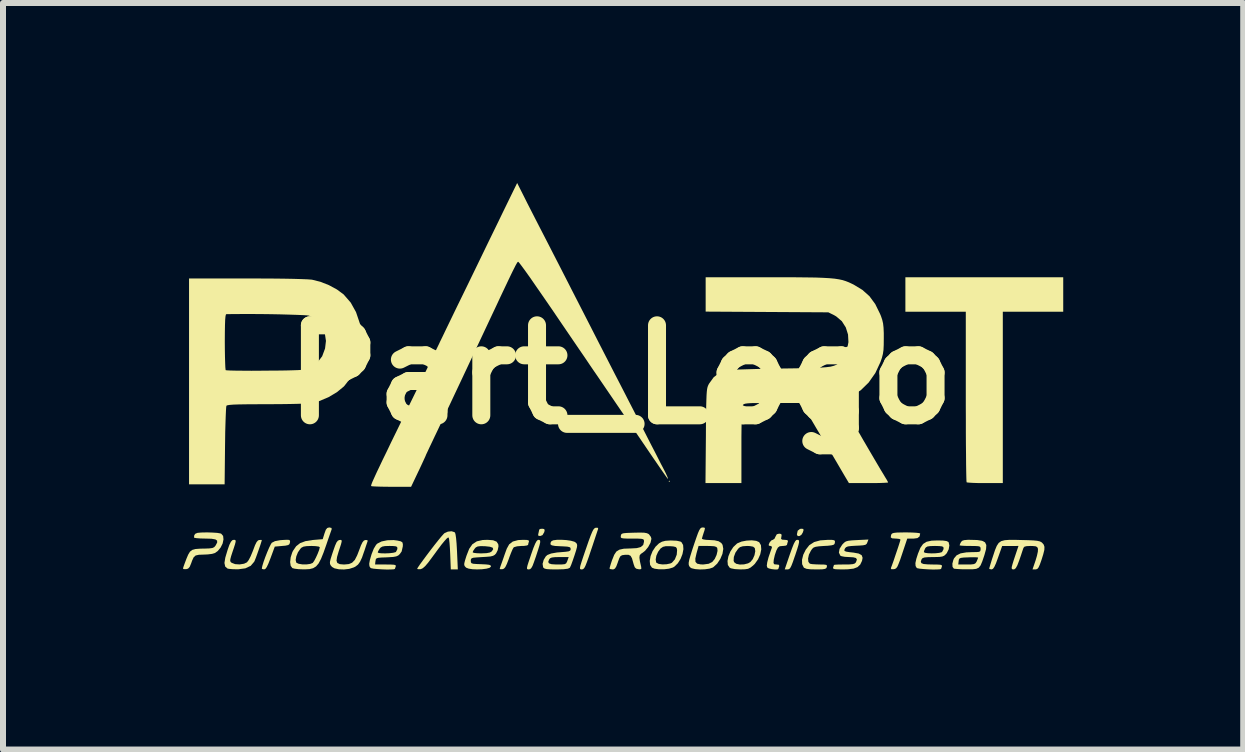
<source format=kicad_pcb>
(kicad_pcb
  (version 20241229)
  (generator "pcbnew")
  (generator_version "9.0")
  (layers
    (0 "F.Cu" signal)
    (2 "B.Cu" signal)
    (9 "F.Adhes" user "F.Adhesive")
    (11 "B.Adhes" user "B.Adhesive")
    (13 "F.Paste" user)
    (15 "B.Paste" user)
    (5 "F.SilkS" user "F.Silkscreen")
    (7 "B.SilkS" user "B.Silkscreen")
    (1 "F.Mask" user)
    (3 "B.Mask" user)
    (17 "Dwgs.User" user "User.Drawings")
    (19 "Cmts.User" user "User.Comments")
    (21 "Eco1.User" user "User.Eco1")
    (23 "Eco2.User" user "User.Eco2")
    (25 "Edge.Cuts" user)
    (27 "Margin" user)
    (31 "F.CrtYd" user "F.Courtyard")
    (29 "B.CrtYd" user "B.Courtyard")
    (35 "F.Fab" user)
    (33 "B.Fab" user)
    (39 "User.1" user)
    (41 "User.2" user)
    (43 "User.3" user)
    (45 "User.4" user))
  (footprint "Part_Logo"
    (layer "F.Cu")
    (at 7.294 3.194)
    (property "Reference" "Part_Logo" (at 0 0 0) (layer "F.SilkS") (effects (font (size 1.5 1.5) (thickness 0.3))))
    (attr board_only exclude_from_pos_files exclude_from_bom)
    (fp_poly (pts (xy 0.822 1.778) (xy 0.812 1.788) (xy 0.801 1.778) (xy 0.812 1.767)) (stroke (width 0) (type solid)) (fill yes) (layer "F.SilkS"))
    (fp_poly (pts (xy 3.044 2.572) (xy 3.05 2.591) (xy 3.038 2.63) (xy 3.014 2.67) (xy 2.981 2.691) (xy 2.952 2.691) (xy 2.939 2.665) (xy 2.939 2.663) (xy 2.952 2.602) (xy 2.99 2.572) (xy 3.012 2.569)) (stroke (width 0) (type solid)) (fill yes) (layer "F.SilkS"))
    (fp_poly (pts (xy -1.273 2.574) (xy -1.266 2.596) (xy -1.272 2.625) (xy -1.301 2.675) (xy -1.335 2.689) (xy -1.369 2.688) (xy -1.374 2.665) (xy -1.37 2.648) (xy -1.36 2.604) (xy -1.357 2.584) (xy -1.339 2.572) (xy -1.307 2.569)) (stroke (width 0) (type solid)) (fill yes) (layer "F.SilkS"))
    (fp_poly (pts (xy 2.963 2.756) (xy 2.974 2.767) (xy 2.975 2.793) (xy 2.965 2.839) (xy 2.943 2.912) (xy 2.908 3.018) (xy 2.905 3.025) (xy 2.872 3.122) (xy 2.847 3.186) (xy 2.827 3.224) (xy 2.808 3.242) (xy 2.786 3.247) (xy 2.784 3.247) (xy 2.736 3.247) (xy 2.82 3) (xy 2.858 2.894) (xy 2.887 2.821) (xy 2.91 2.778) (xy 2.929 2.757) (xy 2.942 2.754)) (stroke (width 0) (type solid)) (fill yes) (layer "F.SilkS"))
    (fp_poly (pts (xy -1.352 2.756) (xy -1.341 2.768) (xy -1.34 2.795) (xy -1.351 2.843) (xy -1.374 2.918) (xy -1.409 3.025) (xy -1.409 3.026) (xy -1.443 3.123) (xy -1.467 3.187) (xy -1.488 3.224) (xy -1.507 3.242) (xy -1.528 3.247) (xy -1.53 3.247) (xy -1.548 3.246) (xy -1.559 3.238) (xy -1.56 3.218) (xy -1.551 3.178) (xy -1.53 3.113) (xy -1.497 3.016) (xy -1.492 3) (xy -1.454 2.892) (xy -1.424 2.819) (xy -1.4 2.775) (xy -1.38 2.756) (xy -1.372 2.754)) (stroke (width 0) (type solid)) (fill yes) (layer "F.SilkS"))
    (fp_poly (pts (xy -5.527 2.755) (xy -5.511 2.766) (xy -5.509 2.787) (xy -5.511 2.797) (xy -5.519 2.825) (xy -5.54 2.841) (xy -5.585 2.851) (xy -5.641 2.856) (xy -5.764 2.867) (xy -5.834 3.057) (xy -5.87 3.149) (xy -5.898 3.208) (xy -5.921 3.239) (xy -5.942 3.247) (xy -5.974 3.24) (xy -5.98 3.232) (xy -5.972 3.191) (xy -5.952 3.125) (xy -5.924 3.046) (xy -5.891 2.962) (xy -5.859 2.887) (xy -5.831 2.83) (xy -5.814 2.803) (xy -5.761 2.776) (xy -5.675 2.76) (xy -5.638 2.757) (xy -5.566 2.753)) (stroke (width 0) (type solid)) (fill yes) (layer "F.SilkS"))
    (fp_poly (pts (xy -0.377 2.554) (xy -0.374 2.572) (xy -0.384 2.6) (xy -0.404 2.66) (xy -0.432 2.744) (xy -0.466 2.847) (xy -0.492 2.923) (xy -0.532 3.043) (xy -0.563 3.129) (xy -0.586 3.187) (xy -0.605 3.223) (xy -0.622 3.24) (xy -0.64 3.247) (xy -0.648 3.247) (xy -0.664 3.246) (xy -0.675 3.239) (xy -0.677 3.221) (xy -0.671 3.187) (xy -0.654 3.131) (xy -0.627 3.049) (xy -0.588 2.934) (xy -0.577 2.903) (xy -0.534 2.778) (xy -0.5 2.686) (xy -0.474 2.623) (xy -0.454 2.584) (xy -0.435 2.562) (xy -0.417 2.553) (xy -0.412 2.552)) (stroke (width 0) (type solid)) (fill yes) (layer "F.SilkS"))
    (fp_poly (pts (xy 7.378 -1.336) (xy 7.378 -1.048) (xy 6.874 -1.048) (xy 6.371 -1.048) (xy 6.371 0.38) (xy 6.371 1.808) (xy 6.076 1.808) (xy 5.97 1.808) (xy 5.879 1.805) (xy 5.81 1.801) (xy 5.773 1.797) (xy 5.768 1.795) (xy 5.765 1.772) (xy 5.763 1.712) (xy 5.761 1.618) (xy 5.759 1.492) (xy 5.758 1.339) (xy 5.756 1.162) (xy 5.755 0.963) (xy 5.755 0.747) (xy 5.754 0.517) (xy 5.754 0.366) (xy 5.754 -1.048) (xy 5.251 -1.048) (xy 4.747 -1.048) (xy 4.747 -1.336) (xy 4.747 -1.623) (xy 6.062 -1.623) (xy 7.378 -1.623)) (stroke (width 0) (type solid)) (fill yes) (layer "F.SilkS"))
    (fp_poly (pts (xy -1.56 2.756) (xy -1.531 2.764) (xy -1.527 2.78) (xy -1.529 2.786) (xy -1.54 2.825) (xy -1.541 2.838) (xy -1.56 2.848) (xy -1.608 2.855) (xy -1.652 2.856) (xy -1.726 2.862) (xy -1.775 2.876) (xy -1.785 2.884) (xy -1.802 2.915) (xy -1.827 2.974) (xy -1.856 3.05) (xy -1.864 3.074) (xy -1.896 3.157) (xy -1.921 3.208) (xy -1.944 3.234) (xy -1.968 3.243) (xy -2.004 3.244) (xy -2.014 3.239) (xy -2.012 3.228) (xy -2.004 3.202) (xy -1.988 3.157) (xy -1.963 3.087) (xy -1.928 2.986) (xy -1.897 2.901) (xy -1.857 2.829) (xy -1.796 2.782) (xy -1.707 2.758) (xy -1.622 2.754)) (stroke (width 0) (type solid)) (fill yes) (layer "F.SilkS"))
    (fp_poly (pts (xy 4.852 2.632) (xy 4.927 2.636) (xy 4.977 2.642) (xy 4.994 2.649) (xy 4.983 2.698) (xy 4.948 2.725) (xy 4.881 2.734) (xy 4.873 2.734) (xy 4.778 2.734) (xy 4.694 2.985) (xy 4.659 3.089) (xy 4.632 3.159) (xy 4.612 3.204) (xy 4.593 3.228) (xy 4.572 3.24) (xy 4.552 3.243) (xy 4.513 3.244) (xy 4.505 3.229) (xy 4.51 3.213) (xy 4.527 3.168) (xy 4.551 3.101) (xy 4.578 3.02) (xy 4.607 2.935) (xy 4.633 2.857) (xy 4.653 2.794) (xy 4.664 2.756) (xy 4.665 2.75) (xy 4.647 2.739) (xy 4.601 2.734) (xy 4.583 2.733) (xy 4.526 2.729) (xy 4.503 2.713) (xy 4.508 2.677) (xy 4.513 2.663) (xy 4.525 2.649) (xy 4.552 2.639) (xy 4.602 2.633) (xy 4.68 2.631) (xy 4.76 2.63)) (stroke (width 0) (type solid)) (fill yes) (layer "F.SilkS"))
    (fp_poly (pts (xy -2.769 2.626) (xy -2.759 2.636) (xy -2.751 2.664) (xy -2.742 2.726) (xy -2.734 2.813) (xy -2.728 2.916) (xy -2.726 2.954) (xy -2.713 3.247) (xy -2.772 3.247) (xy -2.83 3.247) (xy -2.84 2.99) (xy -2.845 2.891) (xy -2.851 2.807) (xy -2.858 2.746) (xy -2.865 2.718) (xy -2.865 2.717) (xy -2.878 2.717) (xy -2.9 2.734) (xy -2.935 2.773) (xy -2.986 2.835) (xy -3.054 2.926) (xy -3.142 3.046) (xy -3.208 3.135) (xy -3.258 3.193) (xy -3.297 3.227) (xy -3.329 3.242) (xy -3.336 3.243) (xy -3.376 3.244) (xy -3.391 3.238) (xy -3.379 3.215) (xy -3.346 3.166) (xy -3.297 3.099) (xy -3.238 3.019) (xy -3.173 2.933) (xy -3.107 2.847) (xy -3.045 2.769) (xy -2.992 2.704) (xy -2.953 2.66) (xy -2.936 2.643) (xy -2.878 2.617) (xy -2.817 2.611)) (stroke (width 0) (type solid)) (fill yes) (layer "F.SilkS"))
    (fp_poly (pts (xy 3.526 2.755) (xy 3.561 2.761) (xy 3.573 2.776) (xy 3.572 2.8) (xy 3.566 2.823) (xy 3.549 2.837) (xy 3.513 2.846) (xy 3.451 2.853) (xy 3.391 2.856) (xy 3.306 2.862) (xy 3.252 2.87) (xy 3.218 2.882) (xy 3.193 2.905) (xy 3.171 2.937) (xy 3.139 3.001) (xy 3.125 3.067) (xy 3.13 3.121) (xy 3.155 3.152) (xy 3.156 3.152) (xy 3.193 3.159) (xy 3.256 3.163) (xy 3.319 3.165) (xy 3.389 3.166) (xy 3.427 3.171) (xy 3.44 3.183) (xy 3.438 3.205) (xy 3.438 3.206) (xy 3.429 3.226) (xy 3.408 3.238) (xy 3.367 3.245) (xy 3.298 3.247) (xy 3.256 3.247) (xy 3.161 3.245) (xy 3.099 3.237) (xy 3.062 3.222) (xy 3.053 3.215) (xy 3.026 3.16) (xy 3.024 3.086) (xy 3.045 3.002) (xy 3.086 2.919) (xy 3.144 2.845) (xy 3.149 2.841) (xy 3.226 2.791) (xy 3.328 2.763) (xy 3.459 2.754)) (stroke (width 0) (type solid)) (fill yes) (layer "F.SilkS"))
    (fp_poly (pts (xy -4.65 2.762) (xy -4.649 2.784) (xy -4.66 2.828) (xy -4.684 2.902) (xy -4.698 2.944) (xy -4.726 3.039) (xy -4.735 3.102) (xy -4.721 3.14) (xy -4.682 3.159) (xy -4.616 3.165) (xy -4.603 3.165) (xy -4.53 3.158) (xy -4.475 3.135) (xy -4.43 3.089) (xy -4.391 3.013) (xy -4.358 2.928) (xy -4.327 2.845) (xy -4.301 2.793) (xy -4.278 2.766) (xy -4.254 2.757) (xy -4.219 2.759) (xy -4.217 2.778) (xy -4.228 2.81) (xy -4.248 2.869) (xy -4.272 2.942) (xy -4.275 2.949) (xy -4.31 3.05) (xy -4.343 3.12) (xy -4.377 3.167) (xy -4.42 3.2) (xy -4.448 3.214) (xy -4.523 3.238) (xy -4.61 3.248) (xy -4.696 3.245) (xy -4.769 3.229) (xy -4.809 3.206) (xy -4.831 3.181) (xy -4.843 3.157) (xy -4.845 3.125) (xy -4.834 3.076) (xy -4.811 3.002) (xy -4.79 2.939) (xy -4.759 2.851) (xy -4.735 2.797) (xy -4.712 2.768) (xy -4.688 2.757) (xy -4.663 2.755)) (stroke (width 0) (type solid)) (fill yes) (layer "F.SilkS"))
    (fp_poly (pts (xy -6.429 2.755) (xy -6.417 2.763) (xy -6.416 2.785) (xy -6.427 2.829) (xy -6.45 2.9) (xy -6.466 2.947) (xy -6.492 3.027) (xy -6.505 3.077) (xy -6.507 3.107) (xy -6.497 3.125) (xy -6.482 3.137) (xy -6.425 3.159) (xy -6.35 3.164) (xy -6.276 3.152) (xy -6.228 3.129) (xy -6.2 3.093) (xy -6.167 3.03) (xy -6.134 2.951) (xy -6.125 2.928) (xy -6.093 2.843) (xy -6.067 2.791) (xy -6.043 2.764) (xy -6.024 2.757) (xy -5.989 2.755) (xy -5.98 2.759) (xy -5.987 2.785) (xy -6.004 2.839) (xy -6.028 2.909) (xy -6.054 2.983) (xy -6.079 3.052) (xy -6.099 3.102) (xy -6.107 3.119) (xy -6.165 3.187) (xy -6.254 3.229) (xy -6.373 3.245) (xy -6.394 3.245) (xy -6.466 3.243) (xy -6.524 3.238) (xy -6.551 3.233) (xy -6.59 3.2) (xy -6.603 3.14) (xy -6.589 3.052) (xy -6.585 3.038) (xy -6.55 2.921) (xy -6.521 2.838) (xy -6.495 2.786) (xy -6.471 2.76) (xy -6.451 2.754)) (stroke (width 0) (type solid)) (fill yes) (layer "F.SilkS"))
    (fp_poly (pts (xy 2.261 2.771) (xy 2.309 2.792) (xy 2.339 2.842) (xy 2.345 2.913) (xy 2.328 2.996) (xy 2.291 3.079) (xy 2.237 3.155) (xy 2.209 3.182) (xy 2.165 3.217) (xy 2.125 3.237) (xy 2.072 3.245) (xy 1.997 3.247) (xy 1.905 3.242) (xy 1.84 3.229) (xy 1.818 3.218) (xy 1.788 3.173) (xy 1.782 3.106) (xy 1.783 3.102) (xy 1.884 3.102) (xy 1.892 3.126) (xy 1.927 3.153) (xy 1.987 3.166) (xy 2.058 3.163) (xy 2.125 3.146) (xy 2.163 3.124) (xy 2.203 3.076) (xy 2.232 3.01) (xy 2.245 2.943) (xy 2.237 2.891) (xy 2.236 2.89) (xy 2.209 2.868) (xy 2.155 2.858) (xy 2.109 2.856) (xy 2.037 2.861) (xy 1.99 2.876) (xy 1.959 2.903) (xy 1.914 2.968) (xy 1.888 3.039) (xy 1.884 3.102) (xy 1.783 3.102) (xy 1.797 3.028) (xy 1.831 2.947) (xy 1.879 2.874) (xy 1.939 2.817) (xy 1.949 2.811) (xy 2.016 2.783) (xy 2.099 2.767) (xy 2.186 2.762)) (stroke (width 0) (type solid)) (fill yes) (layer "F.SilkS"))
    (fp_poly (pts (xy 0.936 2.769) (xy 0.998 2.783) (xy 1.014 2.792) (xy 1.042 2.84) (xy 1.047 2.91) (xy 1.032 2.99) (xy 1 3.072) (xy 0.954 3.145) (xy 0.898 3.2) (xy 0.873 3.215) (xy 0.807 3.235) (xy 0.724 3.245) (xy 0.639 3.245) (xy 0.566 3.235) (xy 0.523 3.218) (xy 0.492 3.172) (xy 0.486 3.105) (xy 0.49 3.083) (xy 0.585 3.083) (xy 0.593 3.13) (xy 0.597 3.135) (xy 0.635 3.155) (xy 0.697 3.164) (xy 0.767 3.161) (xy 0.829 3.148) (xy 0.856 3.135) (xy 0.905 3.079) (xy 0.936 3.001) (xy 0.942 2.925) (xy 0.935 2.891) (xy 0.917 2.873) (xy 0.878 2.864) (xy 0.825 2.86) (xy 0.753 2.86) (xy 0.706 2.871) (xy 0.668 2.897) (xy 0.665 2.9) (xy 0.625 2.954) (xy 0.596 3.019) (xy 0.585 3.083) (xy 0.49 3.083) (xy 0.5 3.025) (xy 0.533 2.943) (xy 0.582 2.869) (xy 0.64 2.813) (xy 0.69 2.785) (xy 0.748 2.77) (xy 0.83 2.765) (xy 0.843 2.765)) (stroke (width 0) (type solid)) (fill yes) (layer "F.SilkS"))
    (fp_poly (pts (xy 2.678 2.657) (xy 2.684 2.682) (xy 2.68 2.702) (xy 2.675 2.738) (xy 2.693 2.751) (xy 2.733 2.754) (xy 2.778 2.758) (xy 2.79 2.774) (xy 2.787 2.786) (xy 2.776 2.825) (xy 2.774 2.838) (xy 2.756 2.85) (xy 2.712 2.856) (xy 2.701 2.856) (xy 2.652 2.861) (xy 2.622 2.883) (xy 2.596 2.932) (xy 2.596 2.934) (xy 2.571 3.007) (xy 2.554 3.082) (xy 2.553 3.088) (xy 2.549 3.138) (xy 2.559 3.16) (xy 2.59 3.165) (xy 2.599 3.165) (xy 2.639 3.17) (xy 2.645 3.191) (xy 2.643 3.197) (xy 2.632 3.23) (xy 2.63 3.238) (xy 2.613 3.248) (xy 2.571 3.248) (xy 2.519 3.242) (xy 2.472 3.231) (xy 2.446 3.217) (xy 2.437 3.186) (xy 2.444 3.13) (xy 2.466 3.045) (xy 2.506 2.928) (xy 2.523 2.882) (xy 2.515 2.86) (xy 2.499 2.856) (xy 2.471 2.851) (xy 2.47 2.829) (xy 2.487 2.793) (xy 2.517 2.761) (xy 2.538 2.754) (xy 2.565 2.736) (xy 2.581 2.702) (xy 2.604 2.661) (xy 2.643 2.651)) (stroke (width 0) (type solid)) (fill yes) (layer "F.SilkS"))
    (fp_poly (pts (xy -6.801 2.633) (xy -6.724 2.638) (xy -6.671 2.647) (xy -6.657 2.652) (xy -6.625 2.689) (xy -6.619 2.747) (xy -6.633 2.815) (xy -6.667 2.883) (xy -6.715 2.941) (xy -6.762 2.974) (xy -6.809 2.988) (xy -6.88 2.997) (xy -6.949 3) (xy -7.03 3.003) (xy -7.083 3.015) (xy -7.116 3.045) (xy -7.142 3.101) (xy -7.157 3.144) (xy -7.182 3.204) (xy -7.209 3.234) (xy -7.242 3.243) (xy -7.281 3.242) (xy -7.294 3.233) (xy -7.287 3.207) (xy -7.268 3.153) (xy -7.242 3.084) (xy -7.238 3.073) (xy -7.207 3) (xy -7.178 2.952) (xy -7.14 2.922) (xy -7.085 2.907) (xy -7.005 2.901) (xy -6.931 2.9) (xy -6.852 2.897) (xy -6.803 2.89) (xy -6.774 2.876) (xy -6.752 2.851) (xy -6.749 2.846) (xy -6.724 2.799) (xy -6.725 2.767) (xy -6.754 2.747) (xy -6.817 2.736) (xy -6.916 2.733) (xy -6.925 2.733) (xy -7.006 2.731) (xy -7.07 2.726) (xy -7.106 2.719) (xy -7.11 2.714) (xy -7.106 2.677) (xy -7.089 2.653) (xy -7.053 2.638) (xy -6.989 2.632) (xy -6.891 2.63)) (stroke (width 0) (type solid)) (fill yes) (layer "F.SilkS"))
    (fp_poly (pts (xy 1.397 2.55) (xy 1.406 2.563) (xy 1.398 2.598) (xy 1.386 2.633) (xy 1.368 2.689) (xy 1.357 2.728) (xy 1.356 2.736) (xy 1.375 2.746) (xy 1.422 2.754) (xy 1.464 2.756) (xy 1.566 2.762) (xy 1.635 2.778) (xy 1.679 2.807) (xy 1.7 2.838) (xy 1.712 2.905) (xy 1.698 2.988) (xy 1.662 3.073) (xy 1.61 3.151) (xy 1.547 3.209) (xy 1.538 3.215) (xy 1.483 3.234) (xy 1.407 3.245) (xy 1.322 3.248) (xy 1.244 3.242) (xy 1.184 3.228) (xy 1.163 3.215) (xy 1.145 3.194) (xy 1.136 3.171) (xy 1.135 3.137) (xy 1.144 3.089) (xy 1.15 3.066) (xy 1.246 3.066) (xy 1.248 3.121) (xy 1.276 3.151) (xy 1.333 3.163) (xy 1.377 3.165) (xy 1.468 3.153) (xy 1.528 3.123) (xy 1.569 3.073) (xy 1.6 3.006) (xy 1.616 2.938) (xy 1.611 2.889) (xy 1.595 2.872) (xy 1.56 2.861) (xy 1.496 2.857) (xy 1.449 2.856) (xy 1.3 2.856) (xy 1.265 2.981) (xy 1.246 3.066) (xy 1.15 3.066) (xy 1.164 3.018) (xy 1.195 2.918) (xy 1.224 2.831) (xy 1.262 2.72) (xy 1.29 2.642) (xy 1.312 2.592) (xy 1.33 2.564) (xy 1.348 2.551) (xy 1.367 2.548)) (stroke (width 0) (type solid)) (fill yes) (layer "F.SilkS"))
    (fp_poly (pts (xy 4.113 2.797) (xy 4.101 2.822) (xy 4.08 2.837) (xy 4.042 2.845) (xy 3.977 2.85) (xy 3.928 2.852) (xy 3.843 2.857) (xy 3.789 2.864) (xy 3.758 2.877) (xy 3.74 2.897) (xy 3.74 2.899) (xy 3.729 2.924) (xy 3.734 2.94) (xy 3.762 2.951) (xy 3.819 2.96) (xy 3.884 2.967) (xy 3.97 2.983) (xy 4.019 3.011) (xy 4.034 3.054) (xy 4.024 3.105) (xy 3.994 3.167) (xy 3.949 3.209) (xy 3.883 3.234) (xy 3.788 3.245) (xy 3.715 3.247) (xy 3.627 3.246) (xy 3.573 3.243) (xy 3.547 3.235) (xy 3.541 3.223) (xy 3.543 3.214) (xy 3.554 3.182) (xy 3.555 3.173) (xy 3.574 3.169) (xy 3.625 3.166) (xy 3.698 3.165) (xy 3.729 3.165) (xy 3.816 3.164) (xy 3.87 3.159) (xy 3.902 3.149) (xy 3.92 3.132) (xy 3.925 3.123) (xy 3.939 3.083) (xy 3.924 3.057) (xy 3.877 3.045) (xy 3.805 3.041) (xy 3.736 3.037) (xy 3.683 3.027) (xy 3.662 3.017) (xy 3.639 2.967) (xy 3.65 2.904) (xy 3.693 2.836) (xy 3.696 2.832) (xy 3.726 2.801) (xy 3.755 2.781) (xy 3.794 2.77) (xy 3.853 2.763) (xy 3.943 2.758) (xy 3.943 2.758) (xy 4.131 2.749)) (stroke (width 0) (type solid)) (fill yes) (layer "F.SilkS"))
    (fp_poly (pts (xy -4.818 2.556) (xy -4.816 2.579) (xy -4.827 2.61) (xy -4.848 2.67) (xy -4.876 2.751) (xy -4.903 2.83) (xy -4.952 2.969) (xy -4.994 3.073) (xy -5.034 3.148) (xy -5.076 3.197) (xy -5.125 3.227) (xy -5.185 3.242) (xy -5.262 3.246) (xy -5.289 3.246) (xy -5.368 3.243) (xy -5.433 3.235) (xy -5.471 3.225) (xy -5.471 3.225) (xy -5.499 3.187) (xy -5.508 3.124) (xy -5.504 3.091) (xy -5.416 3.091) (xy -5.405 3.134) (xy -5.404 3.135) (xy -5.367 3.153) (xy -5.306 3.163) (xy -5.236 3.164) (xy -5.172 3.155) (xy -5.132 3.139) (xy -5.109 3.108) (xy -5.079 3.052) (xy -5.049 2.986) (xy -5.025 2.924) (xy -5.014 2.879) (xy -5.014 2.876) (xy -5.033 2.866) (xy -5.082 2.859) (xy -5.152 2.856) (xy -5.155 2.856) (xy -5.234 2.859) (xy -5.284 2.867) (xy -5.318 2.884) (xy -5.337 2.903) (xy -5.378 2.962) (xy -5.405 3.029) (xy -5.416 3.091) (xy -5.504 3.091) (xy -5.499 3.045) (xy -5.473 2.964) (xy -5.46 2.937) (xy -5.408 2.861) (xy -5.342 2.809) (xy -5.253 2.776) (xy -5.133 2.757) (xy -5.122 2.756) (xy -4.965 2.743) (xy -4.935 2.646) (xy -4.913 2.586) (xy -4.89 2.557) (xy -4.859 2.548) (xy -4.854 2.548)) (stroke (width 0) (type solid)) (fill yes) (layer "F.SilkS"))
    (fp_poly (pts (xy -2.125 2.761) (xy -2.066 2.785) (xy -2.039 2.828) (xy -2.035 2.861) (xy -2.048 2.926) (xy -2.075 2.98) (xy -2.097 3.004) (xy -2.125 3.02) (xy -2.168 3.031) (xy -2.236 3.037) (xy -2.306 3.041) (xy -2.395 3.047) (xy -2.451 3.052) (xy -2.481 3.061) (xy -2.494 3.076) (xy -2.497 3.098) (xy -2.497 3.103) (xy -2.495 3.128) (xy -2.484 3.144) (xy -2.455 3.153) (xy -2.401 3.157) (xy -2.326 3.16) (xy -2.242 3.164) (xy -2.191 3.17) (xy -2.167 3.18) (xy -2.161 3.196) (xy -2.162 3.202) (xy -2.185 3.221) (xy -2.237 3.235) (xy -2.309 3.244) (xy -2.39 3.247) (xy -2.468 3.244) (xy -2.533 3.234) (xy -2.574 3.218) (xy -2.577 3.215) (xy -2.596 3.195) (xy -2.606 3.174) (xy -2.605 3.145) (xy -2.593 3.097) (xy -2.569 3.02) (xy -2.567 3.015) (xy -2.546 2.961) (xy -2.466 2.961) (xy -2.447 2.971) (xy -2.398 2.977) (xy -2.328 2.98) (xy -2.324 2.98) (xy -2.234 2.976) (xy -2.178 2.965) (xy -2.148 2.947) (xy -2.123 2.91) (xy -2.132 2.885) (xy -2.178 2.869) (xy -2.262 2.86) (xy -2.337 2.859) (xy -2.383 2.865) (xy -2.413 2.88) (xy -2.43 2.899) (xy -2.457 2.938) (xy -2.466 2.961) (xy -2.546 2.961) (xy -2.523 2.903) (xy -2.469 2.826) (xy -2.396 2.779) (xy -2.299 2.757) (xy -2.218 2.754)) (stroke (width 0) (type solid)) (fill yes) (layer "F.SilkS"))
    (fp_poly (pts (xy -0.905 2.758) (xy -0.829 2.769) (xy -0.771 2.785) (xy -0.747 2.8) (xy -0.73 2.819) (xy -0.724 2.842) (xy -0.727 2.876) (xy -0.742 2.932) (xy -0.769 3.016) (xy -0.797 3.098) (xy -0.822 3.167) (xy -0.842 3.212) (xy -0.848 3.221) (xy -0.879 3.235) (xy -0.949 3.244) (xy -1.057 3.247) (xy -1.07 3.247) (xy -1.166 3.246) (xy -1.228 3.242) (xy -1.265 3.234) (xy -1.285 3.22) (xy -1.291 3.211) (xy -1.3 3.154) (xy -1.291 3.122) (xy -1.206 3.122) (xy -1.194 3.146) (xy -1.151 3.16) (xy -1.074 3.165) (xy -1.049 3.165) (xy -0.974 3.164) (xy -0.93 3.159) (xy -0.907 3.145) (xy -0.893 3.119) (xy -0.887 3.103) (xy -0.865 3.041) (xy -1.018 3.041) (xy -1.098 3.043) (xy -1.147 3.049) (xy -1.176 3.062) (xy -1.192 3.083) (xy -1.206 3.122) (xy -1.291 3.122) (xy -1.282 3.088) (xy -1.246 3.029) (xy -1.219 3.006) (xy -1.158 2.982) (xy -1.061 2.965) (xy -0.998 2.96) (xy -0.916 2.953) (xy -0.866 2.946) (xy -0.841 2.934) (xy -0.833 2.917) (xy -0.832 2.908) (xy -0.836 2.887) (xy -0.852 2.875) (xy -0.89 2.867) (xy -0.956 2.863) (xy -1.002 2.861) (xy -1.092 2.856) (xy -1.146 2.846) (xy -1.169 2.829) (xy -1.167 2.802) (xy -1.153 2.777) (xy -1.123 2.762) (xy -1.063 2.754) (xy -0.987 2.753)) (stroke (width 0) (type solid)) (fill yes) (layer "F.SilkS"))
    (fp_poly (pts (xy 5.943 2.757) (xy 6.026 2.77) (xy 6.075 2.796) (xy 6.096 2.841) (xy 6.092 2.908) (xy 6.066 3.002) (xy 6.062 3.015) (xy 6.029 3.113) (xy 6.001 3.179) (xy 5.97 3.218) (xy 5.927 3.238) (xy 5.865 3.245) (xy 5.774 3.245) (xy 5.769 3.245) (xy 5.683 3.244) (xy 5.611 3.24) (xy 5.564 3.236) (xy 5.554 3.233) (xy 5.533 3.205) (xy 5.531 3.165) (xy 5.628 3.165) (xy 5.77 3.165) (xy 5.846 3.164) (xy 5.891 3.158) (xy 5.916 3.144) (xy 5.933 3.119) (xy 5.936 3.112) (xy 5.953 3.071) (xy 5.96 3.05) (xy 5.941 3.046) (xy 5.891 3.044) (xy 5.819 3.045) (xy 5.8 3.046) (xy 5.72 3.049) (xy 5.672 3.055) (xy 5.648 3.066) (xy 5.638 3.086) (xy 5.635 3.108) (xy 5.628 3.165) (xy 5.531 3.165) (xy 5.53 3.153) (xy 5.546 3.09) (xy 5.558 3.063) (xy 5.6 3.013) (xy 5.666 2.98) (xy 5.763 2.963) (xy 5.86 2.959) (xy 5.934 2.958) (xy 5.976 2.954) (xy 5.995 2.942) (xy 6 2.92) (xy 6.001 2.908) (xy 5.999 2.883) (xy 5.989 2.868) (xy 5.962 2.86) (xy 5.91 2.857) (xy 5.826 2.856) (xy 5.747 2.855) (xy 5.687 2.852) (xy 5.654 2.847) (xy 5.651 2.845) (xy 5.66 2.819) (xy 5.673 2.793) (xy 5.692 2.771) (xy 5.726 2.759) (xy 5.785 2.754) (xy 5.824 2.754)) (stroke (width 0) (type solid)) (fill yes) (layer "F.SilkS"))
    (fp_poly (pts (xy 6.6 2.755) (xy 6.671 2.757) (xy 6.794 2.76) (xy 6.882 2.764) (xy 6.943 2.77) (xy 6.984 2.779) (xy 7.011 2.791) (xy 7.026 2.803) (xy 7.053 2.834) (xy 7.065 2.871) (xy 7.063 2.922) (xy 7.045 2.995) (xy 7.016 3.088) (xy 6.988 3.167) (xy 6.966 3.215) (xy 6.946 3.239) (xy 6.921 3.247) (xy 6.915 3.247) (xy 6.866 3.247) (xy 6.917 3.098) (xy 6.94 3.02) (xy 6.955 2.951) (xy 6.957 2.906) (xy 6.957 2.903) (xy 6.945 2.876) (xy 6.92 2.862) (xy 6.871 2.857) (xy 6.834 2.856) (xy 6.768 2.859) (xy 6.732 2.868) (xy 6.715 2.888) (xy 6.71 2.903) (xy 6.696 2.944) (xy 6.674 3.011) (xy 6.647 3.089) (xy 6.644 3.098) (xy 6.613 3.179) (xy 6.587 3.226) (xy 6.563 3.245) (xy 6.553 3.247) (xy 6.531 3.245) (xy 6.52 3.235) (xy 6.519 3.21) (xy 6.531 3.164) (xy 6.554 3.089) (xy 6.573 3.032) (xy 6.632 2.856) (xy 6.496 2.857) (xy 6.36 2.857) (xy 6.291 3.052) (xy 6.257 3.145) (xy 6.23 3.204) (xy 6.208 3.236) (xy 6.186 3.247) (xy 6.184 3.247) (xy 6.151 3.241) (xy 6.144 3.233) (xy 6.151 3.208) (xy 6.167 3.154) (xy 6.19 3.079) (xy 6.209 3.022) (xy 6.241 2.925) (xy 6.27 2.855) (xy 6.302 2.806) (xy 6.344 2.776) (xy 6.403 2.76) (xy 6.486 2.754)) (stroke (width 0) (type solid)) (fill yes) (layer "F.SilkS"))
    (fp_poly (pts (xy -3.721 2.766) (xy -3.664 2.779) (xy -3.637 2.796) (xy -3.629 2.827) (xy -3.63 2.863) (xy -3.649 2.947) (xy -3.679 2.99) (xy -3.706 3.015) (xy -3.74 3.03) (xy -3.789 3.039) (xy -3.866 3.044) (xy -3.902 3.046) (xy -3.988 3.049) (xy -4.04 3.054) (xy -4.068 3.063) (xy -4.081 3.08) (xy -4.085 3.106) (xy -4.086 3.108) (xy -4.092 3.165) (xy -3.914 3.165) (xy -3.828 3.166) (xy -3.776 3.169) (xy -3.751 3.177) (xy -3.746 3.19) (xy -3.748 3.197) (xy -3.759 3.23) (xy -3.761 3.238) (xy -3.779 3.245) (xy -3.828 3.248) (xy -3.897 3.249) (xy -3.975 3.246) (xy -4.052 3.241) (xy -4.116 3.235) (xy -4.158 3.227) (xy -4.168 3.222) (xy -4.186 3.194) (xy -4.19 3.153) (xy -4.179 3.091) (xy -4.153 3.001) (xy -4.149 2.989) (xy -4.139 2.964) (xy -4.048 2.964) (xy -4.03 2.974) (xy -3.983 2.979) (xy -3.92 2.98) (xy -3.852 2.977) (xy -3.792 2.97) (xy -3.752 2.96) (xy -3.744 2.955) (xy -3.723 2.914) (xy -3.72 2.893) (xy -3.725 2.873) (xy -3.747 2.862) (xy -3.795 2.857) (xy -3.852 2.856) (xy -3.927 2.858) (xy -3.973 2.867) (xy -4.002 2.885) (xy -4.016 2.902) (xy -4.04 2.942) (xy -4.048 2.964) (xy -4.139 2.964) (xy -4.114 2.901) (xy -4.075 2.837) (xy -4.055 2.817) (xy -3.984 2.781) (xy -3.888 2.761) (xy -3.782 2.758)) (stroke (width 0) (type solid)) (fill yes) (layer "F.SilkS"))
    (fp_poly (pts (xy 5.374 2.766) (xy 5.431 2.774) (xy 5.462 2.788) (xy 5.468 2.795) (xy 5.48 2.847) (xy 5.469 2.912) (xy 5.437 2.976) (xy 5.421 2.994) (xy 5.395 3.018) (xy 5.362 3.032) (xy 5.313 3.039) (xy 5.237 3.041) (xy 5.207 3.041) (xy 5.12 3.043) (xy 5.065 3.048) (xy 5.034 3.059) (xy 5.018 3.077) (xy 5.018 3.077) (xy 5.004 3.116) (xy 5.013 3.142) (xy 5.05 3.157) (xy 5.119 3.163) (xy 5.193 3.165) (xy 5.278 3.166) (xy 5.329 3.169) (xy 5.353 3.177) (xy 5.357 3.191) (xy 5.356 3.197) (xy 5.345 3.23) (xy 5.343 3.238) (xy 5.324 3.245) (xy 5.275 3.248) (xy 5.207 3.249) (xy 5.129 3.246) (xy 5.052 3.241) (xy 4.987 3.235) (xy 4.945 3.227) (xy 4.936 3.222) (xy 4.917 3.19) (xy 4.914 3.142) (xy 4.929 3.072) (xy 4.958 2.982) (xy 4.968 2.958) (xy 5.055 2.958) (xy 5.074 2.97) (xy 5.121 2.977) (xy 5.184 2.98) (xy 5.252 2.978) (xy 5.312 2.971) (xy 5.353 2.96) (xy 5.359 2.955) (xy 5.381 2.914) (xy 5.384 2.893) (xy 5.379 2.874) (xy 5.358 2.863) (xy 5.312 2.858) (xy 5.241 2.856) (xy 5.163 2.858) (xy 5.115 2.865) (xy 5.089 2.88) (xy 5.077 2.896) (xy 5.059 2.938) (xy 5.055 2.958) (xy 4.968 2.958) (xy 4.997 2.887) (xy 5.042 2.823) (xy 5.101 2.786) (xy 5.183 2.768) (xy 5.284 2.764)) (stroke (width 0) (type solid)) (fill yes) (layer "F.SilkS"))
    (fp_poly (pts (xy 0.393 2.635) (xy 0.437 2.643) (xy 0.466 2.656) (xy 0.475 2.664) (xy 0.505 2.705) (xy 0.514 2.737) (xy 0.499 2.802) (xy 0.46 2.874) (xy 0.408 2.937) (xy 0.37 2.967) (xy 0.337 2.989) (xy 0.318 3.014) (xy 0.314 3.052) (xy 0.322 3.11) (xy 0.342 3.199) (xy 0.343 3.202) (xy 0.346 3.236) (xy 0.327 3.246) (xy 0.295 3.243) (xy 0.259 3.234) (xy 0.236 3.211) (xy 0.218 3.161) (xy 0.211 3.136) (xy 0.19 3.062) (xy 0.167 3.021) (xy 0.133 3.004) (xy 0.08 3.003) (xy 0.071 3.004) (xy 0.027 3.01) (xy -0.001 3.025) (xy -0.021 3.059) (xy -0.044 3.122) (xy -0.046 3.129) (xy -0.071 3.196) (xy -0.093 3.232) (xy -0.118 3.246) (xy -0.135 3.247) (xy -0.173 3.241) (xy -0.185 3.232) (xy -0.178 3.206) (xy -0.162 3.152) (xy -0.139 3.083) (xy -0.138 3.083) (xy -0.106 3.003) (xy -0.07 2.949) (xy -0.02 2.918) (xy 0.052 2.902) (xy 0.155 2.898) (xy 0.166 2.898) (xy 0.27 2.892) (xy 0.338 2.873) (xy 0.377 2.839) (xy 0.39 2.787) (xy 0.39 2.778) (xy 0.388 2.757) (xy 0.376 2.744) (xy 0.347 2.737) (xy 0.293 2.734) (xy 0.207 2.733) (xy 0.194 2.733) (xy 0.103 2.733) (xy 0.046 2.73) (xy 0.015 2.724) (xy 0.003 2.712) (xy 0.003 2.693) (xy 0.004 2.687) (xy 0.009 2.666) (xy 0.023 2.652) (xy 0.052 2.644) (xy 0.105 2.639) (xy 0.19 2.636) (xy 0.224 2.635) (xy 0.324 2.633)) (stroke (width 0) (type solid)) (fill yes) (layer "F.SilkS"))
    (fp_poly (pts (xy -6.232 -1.603) (xy -6.007 -1.602) (xy -5.8 -1.601) (xy -5.614 -1.599) (xy -5.452 -1.596) (xy -5.318 -1.592) (xy -5.217 -1.588) (xy -5.152 -1.583) (xy -5.139 -1.581) (xy -5.003 -1.547) (xy -4.861 -1.491) (xy -4.728 -1.419) (xy -4.621 -1.34) (xy -4.615 -1.335) (xy -4.498 -1.2) (xy -4.41 -1.042) (xy -4.351 -0.868) (xy -4.321 -0.683) (xy -4.32 -0.493) (xy -4.347 -0.305) (xy -4.404 -0.125) (xy -4.489 0.041) (xy -4.603 0.187) (xy -4.615 0.2) (xy -4.73 0.294) (xy -4.87 0.377) (xy -5.02 0.44) (xy -5.14 0.473) (xy -5.187 0.478) (xy -5.269 0.483) (xy -5.379 0.487) (xy -5.514 0.49) (xy -5.665 0.492) (xy -5.827 0.493) (xy -5.899 0.493) (xy -6.092 0.494) (xy -6.246 0.495) (xy -6.366 0.497) (xy -6.455 0.5) (xy -6.516 0.505) (xy -6.553 0.511) (xy -6.569 0.518) (xy -6.57 0.519) (xy -6.574 0.545) (xy -6.578 0.607) (xy -6.582 0.7) (xy -6.586 0.819) (xy -6.59 0.957) (xy -6.592 1.111) (xy -6.593 1.187) (xy -6.6 1.829) (xy -6.896 1.829) (xy -7.193 1.829) (xy -7.193 0.113) (xy -7.193 -0.55) (xy -6.597 -0.55) (xy -6.597 -0.548) (xy -6.596 -0.415) (xy -6.594 -0.295) (xy -6.591 -0.195) (xy -6.588 -0.122) (xy -6.584 -0.081) (xy -6.582 -0.074) (xy -6.558 -0.071) (xy -6.499 -0.068) (xy -6.408 -0.066) (xy -6.291 -0.065) (xy -6.153 -0.064) (xy -6 -0.065) (xy -5.909 -0.066) (xy -5.726 -0.067) (xy -5.58 -0.069) (xy -5.466 -0.072) (xy -5.378 -0.075) (xy -5.312 -0.079) (xy -5.264 -0.084) (xy -5.229 -0.091) (xy -5.201 -0.1) (xy -5.176 -0.112) (xy -5.166 -0.117) (xy -5.056 -0.198) (xy -4.974 -0.306) (xy -4.926 -0.435) (xy -4.911 -0.562) (xy -4.928 -0.675) (xy -4.974 -0.784) (xy -5.042 -0.879) (xy -5.125 -0.95) (xy -5.195 -0.983) (xy -5.231 -0.988) (xy -5.302 -0.992) (xy -5.403 -0.996) (xy -5.527 -1) (xy -5.669 -1.004) (xy -5.823 -1.007) (xy -5.983 -1.009) (xy -6.144 -1.01) (xy -6.299 -1.01) (xy -6.443 -1.009) (xy -6.57 -1.008) (xy -6.571 -1.008) (xy -6.58 -0.998) (xy -6.586 -0.967) (xy -6.591 -0.91) (xy -6.594 -0.825) (xy -6.596 -0.706) (xy -6.597 -0.55) (xy -7.193 -0.55) (xy -7.193 -1.603)) (stroke (width 0) (type solid)) (fill yes) (layer "F.SilkS"))
    (fp_poly (pts (xy -1.6 -2.948) (xy -1.551 -2.85) (xy -1.488 -2.727) (xy -1.417 -2.588) (xy -1.344 -2.446) (xy -1.275 -2.312) (xy -1.206 -2.178) (xy -1.124 -2.018) (xy -1.035 -1.845) (xy -0.945 -1.669) (xy -0.859 -1.501) (xy -0.822 -1.428) (xy -0.66 -1.112) (xy -0.505 -0.809) (xy -0.359 -0.523) (xy -0.224 -0.26) (xy -0.103 -0.024) (xy 0.003 0.181) (xy 0.021 0.216) (xy 0.075 0.321) (xy 0.143 0.454) (xy 0.221 0.605) (xy 0.303 0.766) (xy 0.385 0.926) (xy 0.442 1.038) (xy 0.511 1.173) (xy 0.575 1.296) (xy 0.63 1.404) (xy 0.674 1.491) (xy 0.706 1.551) (xy 0.721 1.581) (xy 0.722 1.582) (xy 0.753 1.644) (xy 0.777 1.697) (xy 0.79 1.731) (xy 0.787 1.738) (xy 0.786 1.736) (xy 0.77 1.715) (xy 0.733 1.663) (xy 0.68 1.587) (xy 0.614 1.491) (xy 0.537 1.379) (xy 0.454 1.257) (xy 0.452 1.254) (xy 0.265 0.979) (xy 0.092 0.725) (xy -0.076 0.479) (xy -0.247 0.228) (xy -0.43 -0.04) (xy -0.438 -0.051) (xy -0.519 -0.17) (xy -0.606 -0.299) (xy -0.692 -0.424) (xy -0.766 -0.533) (xy -0.788 -0.565) (xy -0.976 -0.841) (xy -1.141 -1.084) (xy -1.285 -1.293) (xy -1.407 -1.469) (xy -1.507 -1.614) (xy -1.587 -1.726) (xy -1.647 -1.808) (xy -1.686 -1.859) (xy -1.705 -1.88) (xy -1.707 -1.88) (xy -1.711 -1.879) (xy -1.716 -1.875) (xy -1.724 -1.866) (xy -1.734 -1.848) (xy -1.75 -1.82) (xy -1.77 -1.78) (xy -1.798 -1.725) (xy -1.833 -1.653) (xy -1.877 -1.561) (xy -1.931 -1.447) (xy -1.996 -1.31) (xy -2.073 -1.145) (xy -2.164 -0.952) (xy -2.269 -0.728) (xy -2.39 -0.471) (xy -2.476 -0.288) (xy -2.571 -0.086) (xy -2.665 0.114) (xy -2.757 0.309) (xy -2.843 0.492) (xy -2.922 0.658) (xy -2.991 0.804) (xy -3.047 0.923) (xy -3.089 1.011) (xy -3.096 1.025) (xy -3.145 1.129) (xy -3.188 1.219) (xy -3.221 1.29) (xy -3.242 1.334) (xy -3.247 1.347) (xy -3.255 1.366) (xy -3.278 1.416) (xy -3.312 1.49) (xy -3.354 1.58) (xy -3.369 1.611) (xy -3.492 1.87) (xy -3.818 1.87) (xy -3.93 1.869) (xy -4.027 1.867) (xy -4.101 1.864) (xy -4.146 1.861) (xy -4.156 1.858) (xy -4.158 1.853) (xy -4.157 1.842) (xy -4.151 1.824) (xy -4.14 1.795) (xy -4.122 1.754) (xy -4.097 1.699) (xy -4.064 1.627) (xy -4.021 1.537) (xy -3.968 1.425) (xy -3.902 1.29) (xy -3.825 1.129) (xy -3.733 0.941) (xy -3.627 0.723) (xy -3.505 0.473) (xy -3.366 0.189) (xy -3.339 0.134) (xy -3.27 -0.008) (xy -3.2 -0.153) (xy -3.133 -0.291) (xy -3.074 -0.414) (xy -3.026 -0.512) (xy -3.011 -0.545) (xy -2.967 -0.635) (xy -2.911 -0.752) (xy -2.846 -0.886) (xy -2.778 -1.027) (xy -2.712 -1.163) (xy -2.708 -1.171) (xy -2.545 -1.505) (xy -2.383 -1.839) (xy -2.216 -2.184) (xy -2.038 -2.549) (xy -1.949 -2.733) (xy -1.724 -3.194)) (stroke (width 0) (type solid)) (fill yes) (layer "F.SilkS"))
    (fp_poly (pts (xy 2.451 -1.623) (xy 2.703 -1.623) (xy 2.919 -1.622) (xy 3.101 -1.62) (xy 3.253 -1.618) (xy 3.379 -1.613) (xy 3.483 -1.607) (xy 3.569 -1.599) (xy 3.64 -1.588) (xy 3.701 -1.575) (xy 3.754 -1.558) (xy 3.805 -1.538) (xy 3.856 -1.514) (xy 3.883 -1.501) (xy 4.03 -1.412) (xy 4.149 -1.306) (xy 4.245 -1.175) (xy 4.325 -1.012) (xy 4.34 -0.976) (xy 4.361 -0.914) (xy 4.375 -0.854) (xy 4.383 -0.783) (xy 4.387 -0.691) (xy 4.387 -0.606) (xy 4.386 -0.494) (xy 4.382 -0.41) (xy 4.372 -0.343) (xy 4.356 -0.28) (xy 4.332 -0.211) (xy 4.246 -0.026) (xy 4.135 0.132) (xy 4.004 0.26) (xy 3.854 0.354) (xy 3.779 0.385) (xy 3.722 0.409) (xy 3.686 0.431) (xy 3.679 0.442) (xy 3.689 0.471) (xy 3.713 0.52) (xy 3.727 0.545) (xy 3.75 0.584) (xy 3.79 0.653) (xy 3.845 0.747) (xy 3.91 0.86) (xy 3.984 0.985) (xy 4.061 1.119) (xy 4.062 1.12) (xy 4.14 1.254) (xy 4.214 1.38) (xy 4.281 1.494) (xy 4.337 1.589) (xy 4.38 1.659) (xy 4.404 1.7) (xy 4.436 1.752) (xy 4.456 1.789) (xy 4.459 1.798) (xy 4.44 1.801) (xy 4.386 1.804) (xy 4.306 1.807) (xy 4.204 1.808) (xy 4.133 1.808) (xy 3.806 1.808) (xy 3.724 1.67) (xy 3.676 1.588) (xy 3.617 1.487) (xy 3.557 1.385) (xy 3.534 1.346) (xy 3.483 1.26) (xy 3.435 1.178) (xy 3.395 1.114) (xy 3.38 1.089) (xy 3.353 1.046) (xy 3.311 0.975) (xy 3.258 0.886) (xy 3.2 0.787) (xy 3.175 0.745) (xy 3.017 0.473) (xy 2.537 0.473) (xy 2.384 0.473) (xy 2.267 0.474) (xy 2.181 0.475) (xy 2.12 0.479) (xy 2.081 0.484) (xy 2.057 0.491) (xy 2.043 0.501) (xy 2.035 0.512) (xy 2.029 0.546) (xy 2.023 0.617) (xy 2.019 0.725) (xy 2.016 0.866) (xy 2.014 1.038) (xy 2.014 1.18) (xy 2.014 1.808) (xy 1.715 1.808) (xy 1.415 1.808) (xy 1.422 1.022) (xy 1.423 0.822) (xy 1.425 0.658) (xy 1.427 0.526) (xy 1.43 0.423) (xy 1.433 0.344) (xy 1.437 0.285) (xy 1.442 0.242) (xy 1.449 0.209) (xy 1.458 0.184) (xy 1.469 0.161) (xy 1.474 0.152) (xy 1.551 0.045) (xy 1.65 -0.032) (xy 1.722 -0.064) (xy 1.766 -0.072) (xy 1.851 -0.079) (xy 1.976 -0.085) (xy 2.142 -0.09) (xy 2.348 -0.096) (xy 2.595 -0.1) (xy 2.651 -0.101) (xy 2.872 -0.104) (xy 3.055 -0.107) (xy 3.205 -0.111) (xy 3.326 -0.116) (xy 3.422 -0.123) (xy 3.496 -0.132) (xy 3.552 -0.146) (xy 3.595 -0.163) (xy 3.629 -0.186) (xy 3.656 -0.214) (xy 3.682 -0.248) (xy 3.71 -0.289) (xy 3.713 -0.294) (xy 3.773 -0.414) (xy 3.798 -0.541) (xy 3.791 -0.668) (xy 3.754 -0.786) (xy 3.688 -0.89) (xy 3.594 -0.97) (xy 3.56 -0.99) (xy 3.463 -1.038) (xy 2.44 -1.044) (xy 1.418 -1.05) (xy 1.418 -1.337) (xy 1.418 -1.623)) (stroke (width 0) (type solid)) (fill yes) (layer "F.SilkS")))
  (gr_rect
    (start -3 -3)
    (end 17.672 9.443)
    (stroke (width 0.1) (type default))
    (fill no)
    (layer "Edge.Cuts")))
</source>
